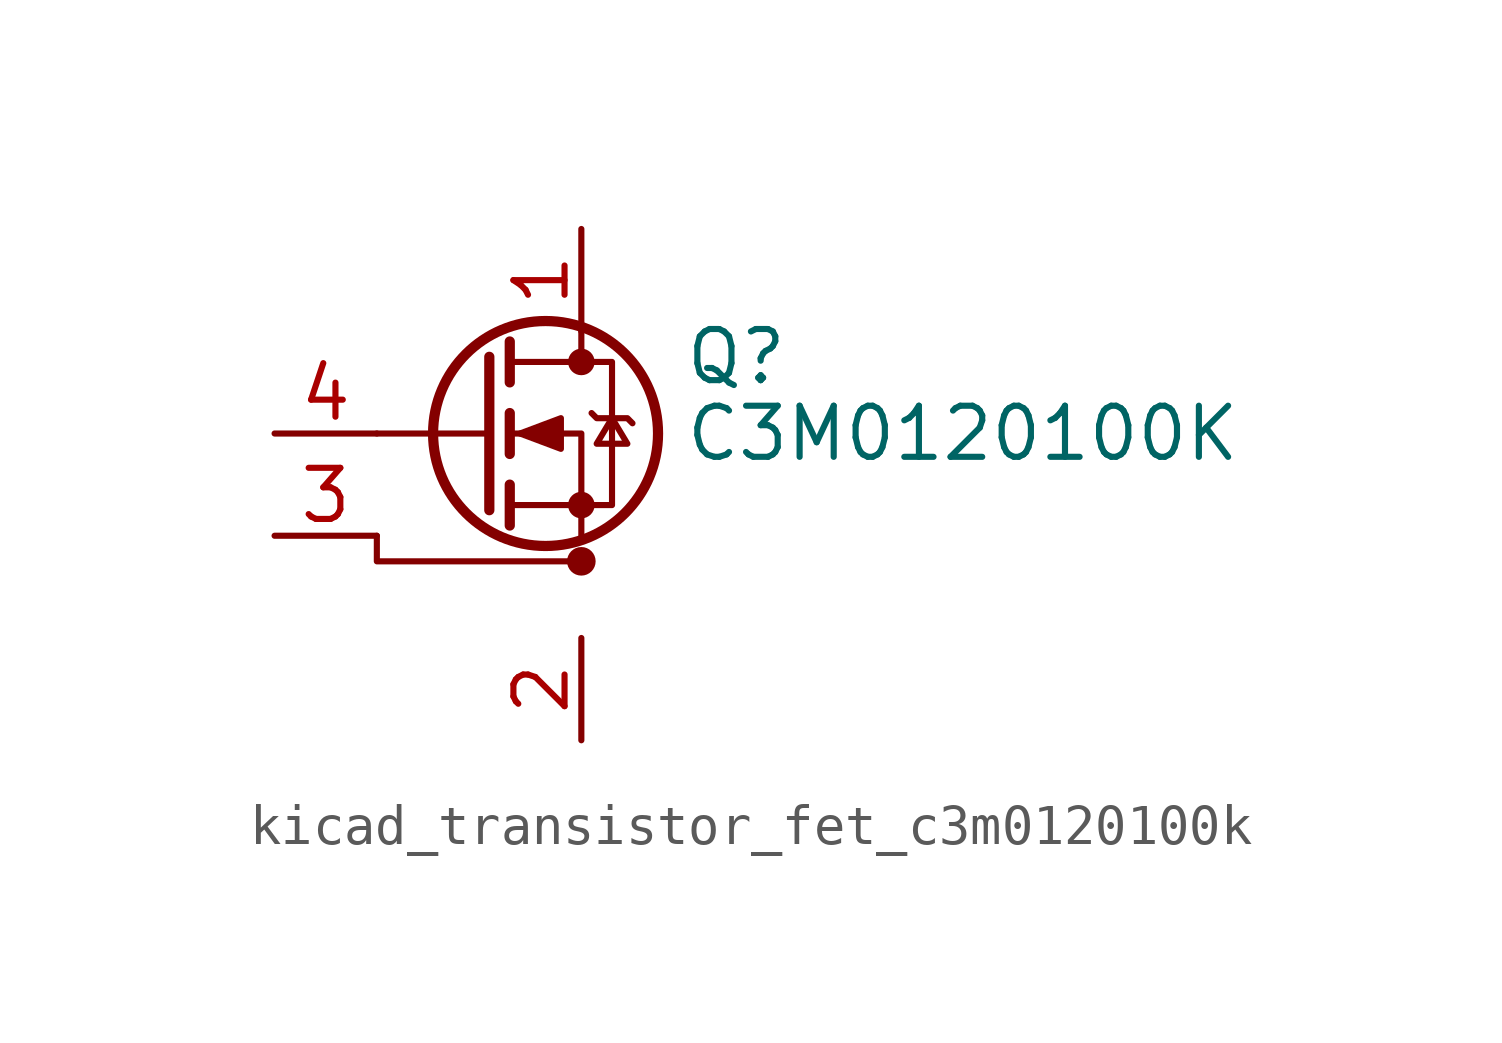
<source format=kicad_sym>
(kicad_symbol_lib
  (version 20220914)
  (generator kicad_symbol_editor)
  (symbol "kicad_transistor_fet_c3m0120100k"
    (pin_names hide)
    (property "Reference" "Q"
      (at 5.08 1.905 0)
      (effects (font (size 1.27 1.27)) (justify left)))
    (property "Value" "C3M0120100K"
      (at 5.08 0 0)
      (effects (font (size 1.27 1.27)) (justify left)))
    (symbol "kicad_transistor_fet_c3m0120100k_0_1"
      (polyline (pts (xy 0.254 0) (xy -2.54 0)) (stroke (width 0) (type default)) (fill (type none)))
      (polyline (pts (xy 0.254 1.905) (xy 0.254 -1.905)) (stroke (width 0.254) (type default)) (fill (type none)))
      (polyline (pts (xy 0.762 -1.27) (xy 0.762 -2.286)) (stroke (width 0.254) (type default)) (fill (type none)))
      (polyline (pts (xy 0.762 0.508) (xy 0.762 -0.508)) (stroke (width 0.254) (type default)) (fill (type none)))
      (polyline (pts (xy 0.762 2.286) (xy 0.762 1.27)) (stroke (width 0.254) (type default)) (fill (type none)))
      (polyline (pts (xy 2.54 2.54) (xy 2.54 1.778)) (stroke (width 0) (type default)) (fill (type none)))
      (polyline (pts (xy -2.54 -2.54) (xy -2.54 -3.175) (xy 2.54 -3.175)) (stroke (width 0) (type default)) (fill (type none)))
      (polyline (pts (xy 2.54 -2.54) (xy 2.54 0) (xy 0.762 0)) (stroke (width 0) (type default)) (fill (type none)))
      (polyline (pts (xy 0.762 -1.778) (xy 3.302 -1.778) (xy 3.302 1.778) (xy 0.762 1.778)) (stroke (width 0) (type default)) (fill (type none)))
      (polyline (pts (xy 1.016 0) (xy 2.032 0.381) (xy 2.032 -0.381) (xy 1.016 0)) (stroke (width 0) (type default)) (fill (type outline)))
      (polyline (pts (xy 2.794 0.508) (xy 2.921 0.381) (xy 3.683 0.381) (xy 3.81 0.254)) (stroke (width 0) (type default)) (fill (type none)))
      (polyline (pts (xy 3.302 0.381) (xy 2.921 -0.254) (xy 3.683 -0.254) (xy 3.302 0.381)) (stroke (width 0) (type default)) (fill (type none)))
      (circle (center 1.651 0) (radius 2.794) (stroke (width 0.254) (type default)) (fill (type none)))
      (circle (center 2.54 -3.175) (radius 0.279) (stroke (width 0) (type default)) (fill (type outline)))
      (circle (center 2.54 -1.778) (radius 0.254) (stroke (width 0) (type default)) (fill (type outline)))
      (circle (center 2.54 1.778) (radius 0.254) (stroke (width 0) (type default)) (fill (type outline))))
    (symbol "kicad_transistor_fet_c3m0120100k_1_1"
      (pin passive line (at 2.54 5.08 270) (length 2.54) (name "D" (effects (font (size 1.27 1.27)))) (number "1" (effects (font (size 1.27 1.27)))))
      (pin passive line (at 2.54 -5.08 270) (length 2.54) (name "S" (effects (font (size 1.27 1.27)))) (number "2" (effects (font (size 1.27 1.27)))))
      (pin passive line (at -5.08 -2.54 0) (length 2.54) (name "DS" (effects (font (size 1.27 1.27)))) (number "3" (effects (font (size 1.27 1.27)))))
      (pin input line (at -5.08 0 0) (length 2.54) (name "G" (effects (font (size 1.27 1.27)))) (number "4" (effects (font (size 1.27 1.27))))))))
</source>
